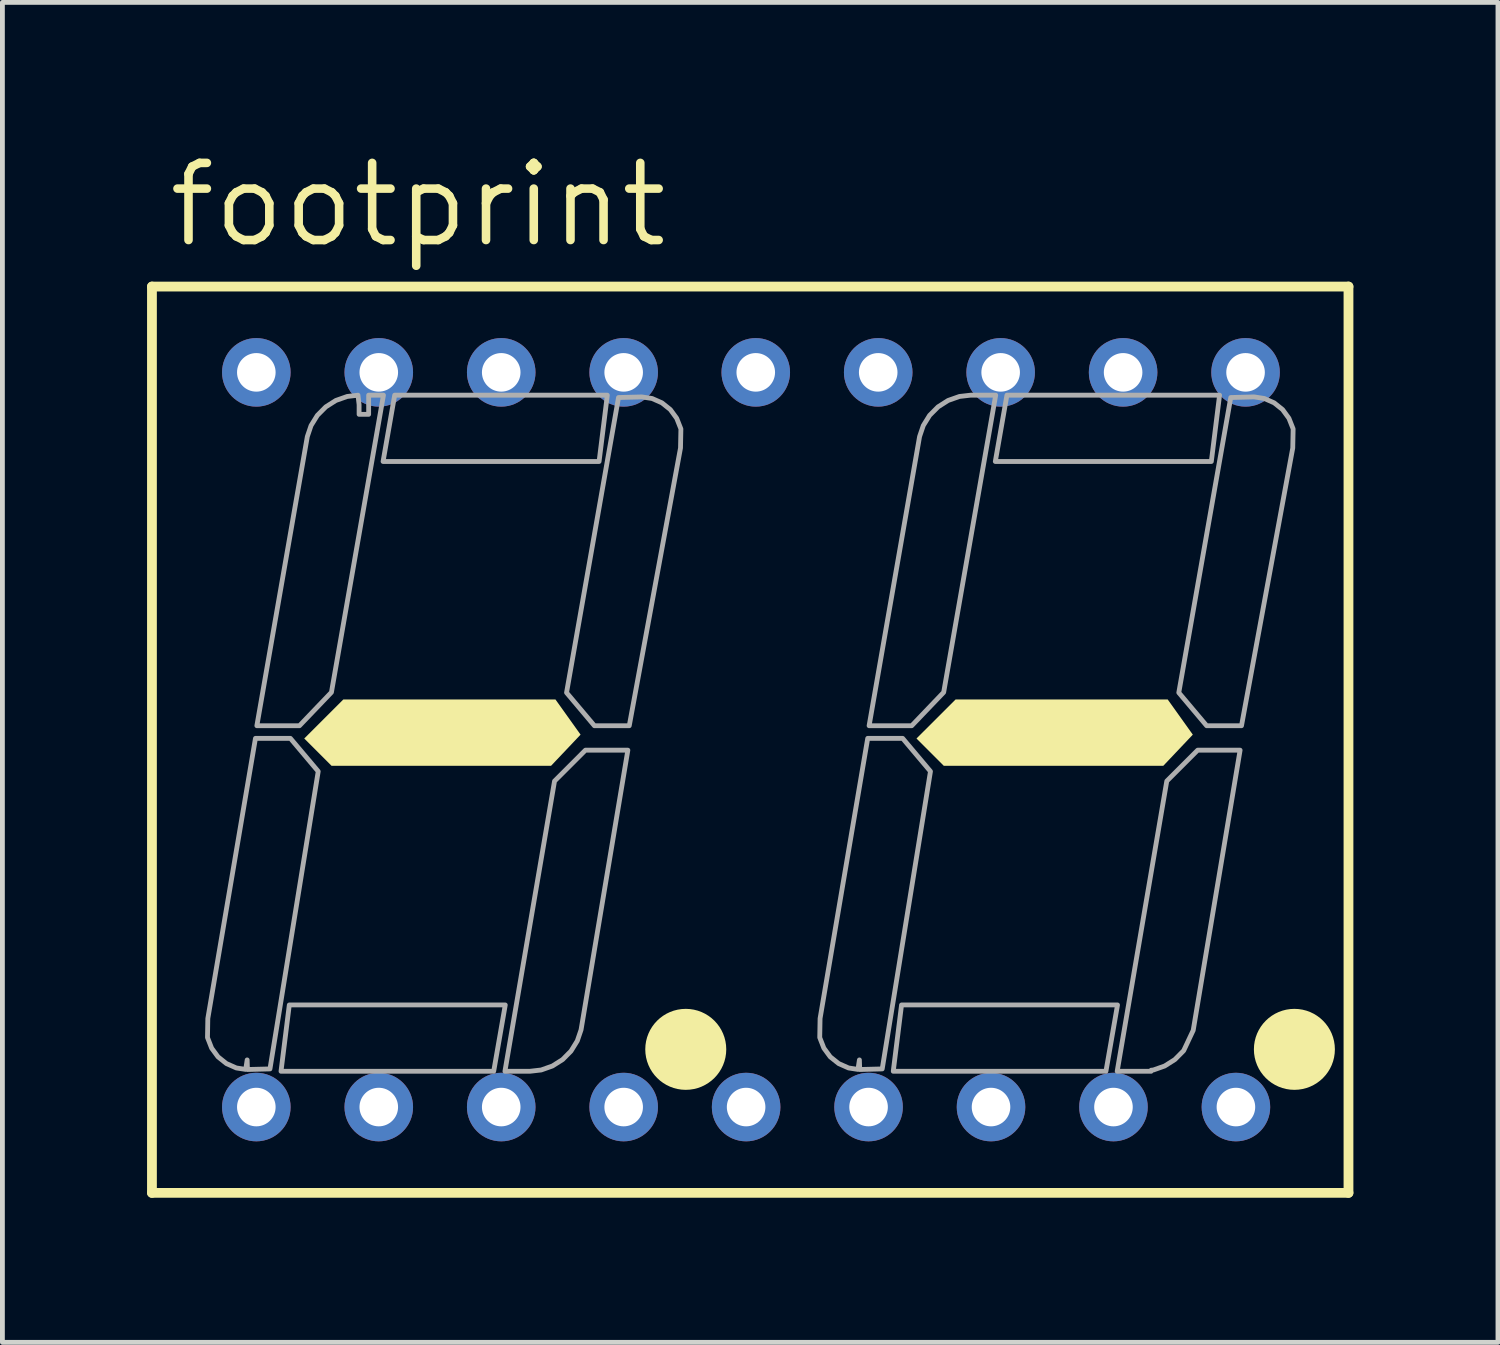
<source format=kicad_pcb>
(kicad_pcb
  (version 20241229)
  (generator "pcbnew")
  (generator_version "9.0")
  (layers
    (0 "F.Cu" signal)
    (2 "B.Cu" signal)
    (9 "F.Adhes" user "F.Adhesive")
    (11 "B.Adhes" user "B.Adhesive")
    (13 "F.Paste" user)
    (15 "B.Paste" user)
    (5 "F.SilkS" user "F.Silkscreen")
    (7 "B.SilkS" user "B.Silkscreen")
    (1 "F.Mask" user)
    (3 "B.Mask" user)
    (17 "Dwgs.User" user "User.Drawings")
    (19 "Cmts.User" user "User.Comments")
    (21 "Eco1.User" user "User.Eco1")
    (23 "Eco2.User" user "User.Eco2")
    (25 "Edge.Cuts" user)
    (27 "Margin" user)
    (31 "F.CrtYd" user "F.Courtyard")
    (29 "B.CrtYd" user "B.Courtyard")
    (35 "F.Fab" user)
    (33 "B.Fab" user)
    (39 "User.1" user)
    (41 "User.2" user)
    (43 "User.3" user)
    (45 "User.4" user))
  (footprint "footprint"
    (layer "F.Cu")
    (at 12.527 12.294)
    (property "Reference" "footprint" (at -12.165 -10.16 0) (layer "F.SilkS") (effects (font (size 1.6 1.6) (thickness 0.178)) (justify left bottom)))
    (fp_line (start -12.425 -9.4) (end 12.395 -9.4) (stroke (width 0.203) (type solid)) (layer "F.SilkS"))
    (fp_line (start -12.425 9.4) (end -12.425 -9.4) (stroke (width 0.203) (type solid)) (layer "F.SilkS"))
    (fp_line (start 12.395 -9.4) (end 12.395 9.4) (stroke (width 0.203) (type solid)) (layer "F.SilkS"))
    (fp_line (start 12.395 9.4) (end -12.425 9.4) (stroke (width 0.203) (type solid)) (layer "F.SilkS"))
    (fp_circle (center -1.352 6.423) (end -0.932 6.423) (stroke (width 0.84) (type solid)) (fill yes) (layer "F.SilkS"))
    (fp_circle (center 11.273 6.423) (end 11.693 6.423) (stroke (width 0.84) (type solid)) (fill yes) (layer "F.SilkS"))
    (fp_poly (pts (xy -3.534 -0.105) (xy -4.146 0.541) (xy -8.7 0.541) (xy -9.266 -0.025) (xy -8.455 -0.835) (xy -4.055 -0.835)) (stroke (width 0) (type solid)) (fill yes) (layer "F.SilkS"))
    (fp_poly (pts (xy 9.166 -0.105) (xy 8.554 0.541) (xy 4 0.541) (xy 3.434 -0.025) (xy 4.245 -0.835) (xy 8.645 -0.835)) (stroke (width 0) (type solid)) (fill yes) (layer "F.SilkS"))
    (fp_poly (pts (xy -5.336 6.878) (xy -9.748 6.878) (xy -9.576 5.502) (xy -5.096 5.502)) (stroke (width 0.1) (type solid)) (fill no) (layer "F.Fab"))
    (fp_poly (pts (xy -3.15 -5.771) (xy -7.631 -5.771) (xy -7.39 -7.147) (xy -2.979 -7.147)) (stroke (width 0.1) (type solid)) (fill no) (layer "F.Fab"))
    (fp_poly (pts (xy 7.364 6.878) (xy 2.952 6.878) (xy 3.124 5.502) (xy 7.604 5.502)) (stroke (width 0.1) (type solid)) (fill no) (layer "F.Fab"))
    (fp_poly (pts (xy 9.55 -5.771) (xy 5.069 -5.771) (xy 5.31 -7.147) (xy 9.721 -7.147)) (stroke (width 0.1) (type solid)) (fill no) (layer "F.Fab"))
    (fp_poly (pts (xy -3.524 6.018) (xy -3.602 6.247) (xy -3.733 6.459) (xy -3.907 6.635) (xy -4.117 6.768) (xy -4.351 6.851) (xy -4.587 6.878) (xy -5.103 6.878) (xy -4.074 0.858) (xy -3.433 0.217) (xy -2.553 0.217)) (stroke (width 0.1) (type solid)) (fill no) (layer "F.Fab"))
    (fp_poly (pts (xy 3.998 -0.983) (xy 3.335 -0.29) (xy 2.451 -0.29) (xy 3.498 -6.288) (xy 3.575 -6.516) (xy 3.706 -6.728) (xy 3.881 -6.904) (xy 4.09 -7.037) (xy 4.325 -7.12) (xy 4.56 -7.147) (xy 5.077 -7.147)) (stroke (width 0.1) (type solid)) (fill no) (layer "F.Fab"))
    (fp_poly (pts (xy 9.174 6.029) (xy 8.976 6.45) (xy 8.793 6.635) (xy 8.583 6.768) (xy 8.349 6.851) (xy 8.301 6.856) (xy 8.301 6.878) (xy 7.597 6.878) (xy 8.626 0.858) (xy 9.267 0.217) (xy 10.147 0.217)) (stroke (width 0.1) (type solid)) (fill no) (layer "F.Fab"))
    (fp_poly (pts (xy 10.649 -7.078) (xy 10.853 -6.988) (xy 11.028 -6.848) (xy 11.16 -6.667) (xy 11.247 -6.447) (xy 11.239 -6.051) (xy 10.176 -0.29) (xy 9.453 -0.29) (xy 8.875 -0.976) (xy 9.953 -7.098) (xy 10.436 -7.111)) (stroke (width 0.1) (type solid)) (fill no) (layer "F.Fab"))
    (fp_poly (pts (xy -2.051 -7.078) (xy -1.847 -6.988) (xy -1.672 -6.848) (xy -1.54 -6.667) (xy -1.453 -6.447) (xy -1.461 -6.051) (xy -2.524 -0.29) (xy -3.247 -0.29) (xy -3.825 -0.976) (xy -2.747 -7.098) (xy -2.28 -7.11) (xy -2.262 -7.11)) (stroke (width 0.1) (type solid)) (fill no) (layer "F.Fab"))
    (fp_poly (pts (xy -8.976 0.657) (xy -9.977 6.829) (xy -10.444 6.841) (xy -10.45 6.642) (xy -10.48 6.839) (xy -10.675 6.809) (xy -10.88 6.718) (xy -11.055 6.578) (xy -11.187 6.398) (xy -11.273 6.178) (xy -11.266 5.783) (xy -10.278 -0.028) (xy -9.553 -0.028)) (stroke (width 0.1) (type solid)) (fill no) (layer "F.Fab"))
    (fp_poly (pts (xy 3.724 0.657) (xy 2.723 6.829) (xy 2.256 6.841) (xy 2.25 6.642) (xy 2.22 6.839) (xy 2.025 6.809) (xy 1.82 6.718) (xy 1.645 6.578) (xy 1.513 6.398) (xy 1.427 6.178) (xy 1.434 5.783) (xy 2.422 -0.028) (xy 3.147 -0.028)) (stroke (width 0.1) (type solid)) (fill no) (layer "F.Fab"))
    (fp_poly (pts (xy -8.702 -0.983) (xy -9.365 -0.29) (xy -10.249 -0.29) (xy -9.202 -6.288) (xy -9.125 -6.516) (xy -8.994 -6.728) (xy -8.819 -6.904) (xy -8.61 -7.037) (xy -8.375 -7.12) (xy -8.151 -7.146) (xy -8.128 -6.948) (xy -8.128 -6.749) (xy -7.93 -6.749) (xy -7.93 -7.147) (xy -7.623 -7.147)) (stroke (width 0.1) (type solid)) (fill no) (layer "F.Fab"))
    (pad "1" thru_hole circle (at -10.26 7.62) (size 1.422 1.422) (drill 0.8) (layers "*.Cu" "*.Mask"))
    (pad "2" thru_hole circle (at -7.72 7.62) (size 1.422 1.422) (drill 0.8) (layers "*.Cu" "*.Mask"))
    (pad "3" thru_hole circle (at -5.18 7.62) (size 1.422 1.422) (drill 0.8) (layers "*.Cu" "*.Mask"))
    (pad "4" thru_hole circle (at -2.64 7.62) (size 1.422 1.422) (drill 0.8) (layers "*.Cu" "*.Mask"))
    (pad "5" thru_hole circle (at -0.1 7.62) (size 1.422 1.422) (drill 0.8) (layers "*.Cu" "*.Mask"))
    (pad "6" thru_hole circle (at 2.44 7.62) (size 1.422 1.422) (drill 0.8) (layers "*.Cu" "*.Mask"))
    (pad "7" thru_hole circle (at 4.98 7.62) (size 1.422 1.422) (drill 0.8) (layers "*.Cu" "*.Mask"))
    (pad "8" thru_hole circle (at 7.52 7.62) (size 1.422 1.422) (drill 0.8) (layers "*.Cu" "*.Mask"))
    (pad "9" thru_hole circle (at 10.06 7.62) (size 1.422 1.422) (drill 0.8) (layers "*.Cu" "*.Mask"))
    (pad "10" thru_hole circle (at 10.26 -7.62 180) (size 1.422 1.422) (drill 0.8) (layers "*.Cu" "*.Mask"))
    (pad "11" thru_hole circle (at 7.72 -7.62 180) (size 1.422 1.422) (drill 0.8) (layers "*.Cu" "*.Mask"))
    (pad "12" thru_hole circle (at 5.18 -7.62 180) (size 1.422 1.422) (drill 0.8) (layers "*.Cu" "*.Mask"))
    (pad "13" thru_hole circle (at 2.64 -7.62 180) (size 1.422 1.422) (drill 0.8) (layers "*.Cu" "*.Mask"))
    (pad "14" thru_hole circle (at 0.1 -7.62 180) (size 1.422 1.422) (drill 0.8) (layers "*.Cu" "*.Mask"))
    (pad "15" thru_hole circle (at -2.64 -7.62 180) (size 1.422 1.422) (drill 0.8) (layers "*.Cu" "*.Mask"))
    (pad "16" thru_hole circle (at -5.18 -7.62 180) (size 1.422 1.422) (drill 0.8) (layers "*.Cu" "*.Mask"))
    (pad "17" thru_hole circle (at -7.72 -7.62 180) (size 1.422 1.422) (drill 0.8) (layers "*.Cu" "*.Mask"))
    (pad "18" thru_hole circle (at -10.26 -7.62 180) (size 1.422 1.422) (drill 0.8) (layers "*.Cu" "*.Mask")))
  (gr_rect
    (start -3 -3)
    (end 28.023 24.795)
    (stroke (width 0.1) (type default))
    (fill no)
    (layer "Edge.Cuts")))
</source>
